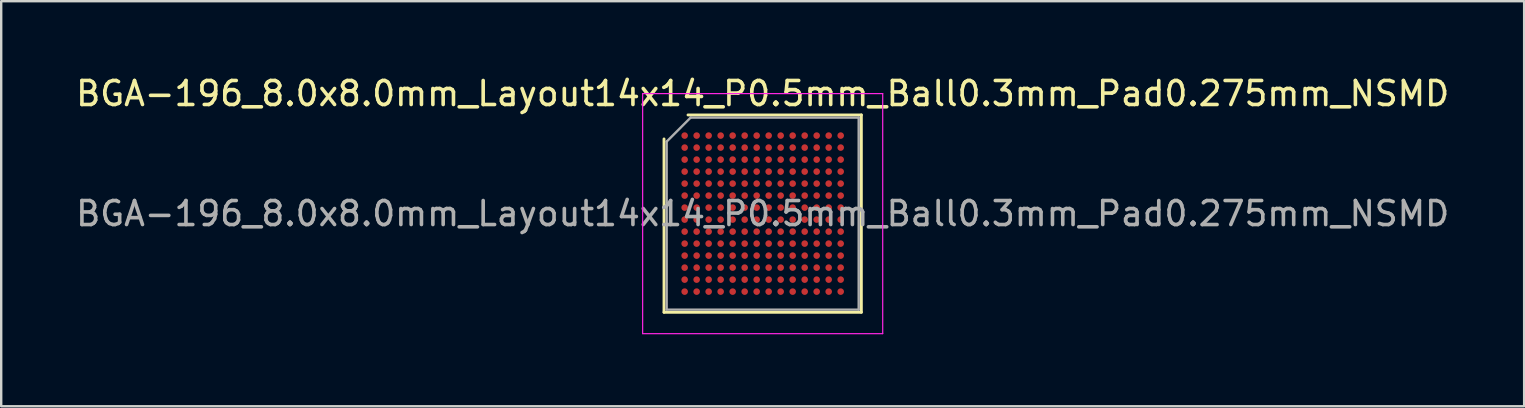
<source format=kicad_pcb>
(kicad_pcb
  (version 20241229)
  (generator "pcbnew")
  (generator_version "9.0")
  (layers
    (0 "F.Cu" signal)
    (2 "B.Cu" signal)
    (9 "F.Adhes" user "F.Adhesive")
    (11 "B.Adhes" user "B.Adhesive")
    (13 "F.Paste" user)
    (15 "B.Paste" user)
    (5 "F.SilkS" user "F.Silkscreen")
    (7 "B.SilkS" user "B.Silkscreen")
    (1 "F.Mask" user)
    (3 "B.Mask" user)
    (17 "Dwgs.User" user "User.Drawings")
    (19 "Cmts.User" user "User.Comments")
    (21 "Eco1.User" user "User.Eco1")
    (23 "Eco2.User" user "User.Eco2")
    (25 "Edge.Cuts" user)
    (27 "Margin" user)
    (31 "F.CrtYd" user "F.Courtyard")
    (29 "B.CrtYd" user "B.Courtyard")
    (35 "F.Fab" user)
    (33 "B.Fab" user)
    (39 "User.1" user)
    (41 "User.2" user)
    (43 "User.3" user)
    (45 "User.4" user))
  (footprint "BGA-196_8.0x8.0mm_Layout14x14_P0.5mm_Ball0.3mm_Pad0.275mm_NSMD"
    (layer "F.Cu")
    (at 28.72 5.848)
    (property "Reference" "BGA-196_8.0x8.0mm_Layout14x14_P0.5mm_Ball0.3mm_Pad0.275mm_NSMD" (at 0 -5 0) (layer "F.SilkS") (effects (font (size 1 1) (thickness 0.15))))
    (attr smd)
    (fp_line (start -4.11 4.11) (end -4.11 -3.11) (stroke (width 0.12) (type solid)) (layer "F.SilkS"))
    (fp_line (start -3.11 -4.11) (end 4.11 -4.11) (stroke (width 0.12) (type solid)) (layer "F.SilkS"))
    (fp_line (start 4.11 -4.11) (end 4.11 4.11) (stroke (width 0.12) (type solid)) (layer "F.SilkS"))
    (fp_line (start 4.11 4.11) (end -4.11 4.11) (stroke (width 0.12) (type solid)) (layer "F.SilkS"))
    (fp_line (start -5 -5) (end -5 5) (stroke (width 0.05) (type solid)) (layer "F.CrtYd"))
    (fp_line (start -5 5) (end 5 5) (stroke (width 0.05) (type solid)) (layer "F.CrtYd"))
    (fp_line (start 5 -5) (end -5 -5) (stroke (width 0.05) (type solid)) (layer "F.CrtYd"))
    (fp_line (start 5 5) (end 5 -5) (stroke (width 0.05) (type solid)) (layer "F.CrtYd"))
    (fp_line (start -4 -3) (end -3 -4) (stroke (width 0.1) (type solid)) (layer "F.Fab"))
    (fp_line (start -4 4) (end -4 -3) (stroke (width 0.1) (type solid)) (layer "F.Fab"))
    (fp_line (start -3 -4) (end 4 -4) (stroke (width 0.1) (type solid)) (layer "F.Fab"))
    (fp_line (start 4 -4) (end 4 4) (stroke (width 0.1) (type solid)) (layer "F.Fab"))
    (fp_line (start 4 4) (end -4 4) (stroke (width 0.1) (type solid)) (layer "F.Fab"))
    (fp_text user "${REFERENCE}" (at 0 0 0) (layer "F.Fab") (effects (font (size 1 1) (thickness 0.15))))
    (pad "A1" smd circle (at -3.25 -3.25) (size 0.275 0.275) (layers "F.Cu" "F.Mask" "F.Paste"))
    (pad "A2" smd circle (at -2.75 -3.25) (size 0.275 0.275) (layers "F.Cu" "F.Mask" "F.Paste"))
    (pad "A3" smd circle (at -2.25 -3.25) (size 0.275 0.275) (layers "F.Cu" "F.Mask" "F.Paste"))
    (pad "A4" smd circle (at -1.75 -3.25) (size 0.275 0.275) (layers "F.Cu" "F.Mask" "F.Paste"))
    (pad "A5" smd circle (at -1.25 -3.25) (size 0.275 0.275) (layers "F.Cu" "F.Mask" "F.Paste"))
    (pad "A6" smd circle (at -0.75 -3.25) (size 0.275 0.275) (layers "F.Cu" "F.Mask" "F.Paste"))
    (pad "A7" smd circle (at -0.25 -3.25) (size 0.275 0.275) (layers "F.Cu" "F.Mask" "F.Paste"))
    (pad "A8" smd circle (at 0.25 -3.25) (size 0.275 0.275) (layers "F.Cu" "F.Mask" "F.Paste"))
    (pad "A9" smd circle (at 0.75 -3.25) (size 0.275 0.275) (layers "F.Cu" "F.Mask" "F.Paste"))
    (pad "A10" smd circle (at 1.25 -3.25) (size 0.275 0.275) (layers "F.Cu" "F.Mask" "F.Paste"))
    (pad "A11" smd circle (at 1.75 -3.25) (size 0.275 0.275) (layers "F.Cu" "F.Mask" "F.Paste"))
    (pad "A12" smd circle (at 2.25 -3.25) (size 0.275 0.275) (layers "F.Cu" "F.Mask" "F.Paste"))
    (pad "A13" smd circle (at 2.75 -3.25) (size 0.275 0.275) (layers "F.Cu" "F.Mask" "F.Paste"))
    (pad "A14" smd circle (at 3.25 -3.25) (size 0.275 0.275) (layers "F.Cu" "F.Mask" "F.Paste"))
    (pad "B1" smd circle (at -3.25 -2.75) (size 0.275 0.275) (layers "F.Cu" "F.Mask" "F.Paste"))
    (pad "B2" smd circle (at -2.75 -2.75) (size 0.275 0.275) (layers "F.Cu" "F.Mask" "F.Paste"))
    (pad "B3" smd circle (at -2.25 -2.75) (size 0.275 0.275) (layers "F.Cu" "F.Mask" "F.Paste"))
    (pad "B4" smd circle (at -1.75 -2.75) (size 0.275 0.275) (layers "F.Cu" "F.Mask" "F.Paste"))
    (pad "B5" smd circle (at -1.25 -2.75) (size 0.275 0.275) (layers "F.Cu" "F.Mask" "F.Paste"))
    (pad "B6" smd circle (at -0.75 -2.75) (size 0.275 0.275) (layers "F.Cu" "F.Mask" "F.Paste"))
    (pad "B7" smd circle (at -0.25 -2.75) (size 0.275 0.275) (layers "F.Cu" "F.Mask" "F.Paste"))
    (pad "B8" smd circle (at 0.25 -2.75) (size 0.275 0.275) (layers "F.Cu" "F.Mask" "F.Paste"))
    (pad "B9" smd circle (at 0.75 -2.75) (size 0.275 0.275) (layers "F.Cu" "F.Mask" "F.Paste"))
    (pad "B10" smd circle (at 1.25 -2.75) (size 0.275 0.275) (layers "F.Cu" "F.Mask" "F.Paste"))
    (pad "B11" smd circle (at 1.75 -2.75) (size 0.275 0.275) (layers "F.Cu" "F.Mask" "F.Paste"))
    (pad "B12" smd circle (at 2.25 -2.75) (size 0.275 0.275) (layers "F.Cu" "F.Mask" "F.Paste"))
    (pad "B13" smd circle (at 2.75 -2.75) (size 0.275 0.275) (layers "F.Cu" "F.Mask" "F.Paste"))
    (pad "B14" smd circle (at 3.25 -2.75) (size 0.275 0.275) (layers "F.Cu" "F.Mask" "F.Paste"))
    (pad "C1" smd circle (at -3.25 -2.25) (size 0.275 0.275) (layers "F.Cu" "F.Mask" "F.Paste"))
    (pad "C2" smd circle (at -2.75 -2.25) (size 0.275 0.275) (layers "F.Cu" "F.Mask" "F.Paste"))
    (pad "C3" smd circle (at -2.25 -2.25) (size 0.275 0.275) (layers "F.Cu" "F.Mask" "F.Paste"))
    (pad "C4" smd circle (at -1.75 -2.25) (size 0.275 0.275) (layers "F.Cu" "F.Mask" "F.Paste"))
    (pad "C5" smd circle (at -1.25 -2.25) (size 0.275 0.275) (layers "F.Cu" "F.Mask" "F.Paste"))
    (pad "C6" smd circle (at -0.75 -2.25) (size 0.275 0.275) (layers "F.Cu" "F.Mask" "F.Paste"))
    (pad "C7" smd circle (at -0.25 -2.25) (size 0.275 0.275) (layers "F.Cu" "F.Mask" "F.Paste"))
    (pad "C8" smd circle (at 0.25 -2.25) (size 0.275 0.275) (layers "F.Cu" "F.Mask" "F.Paste"))
    (pad "C9" smd circle (at 0.75 -2.25) (size 0.275 0.275) (layers "F.Cu" "F.Mask" "F.Paste"))
    (pad "C10" smd circle (at 1.25 -2.25) (size 0.275 0.275) (layers "F.Cu" "F.Mask" "F.Paste"))
    (pad "C11" smd circle (at 1.75 -2.25) (size 0.275 0.275) (layers "F.Cu" "F.Mask" "F.Paste"))
    (pad "C12" smd circle (at 2.25 -2.25) (size 0.275 0.275) (layers "F.Cu" "F.Mask" "F.Paste"))
    (pad "C13" smd circle (at 2.75 -2.25) (size 0.275 0.275) (layers "F.Cu" "F.Mask" "F.Paste"))
    (pad "C14" smd circle (at 3.25 -2.25) (size 0.275 0.275) (layers "F.Cu" "F.Mask" "F.Paste"))
    (pad "D1" smd circle (at -3.25 -1.75) (size 0.275 0.275) (layers "F.Cu" "F.Mask" "F.Paste"))
    (pad "D2" smd circle (at -2.75 -1.75) (size 0.275 0.275) (layers "F.Cu" "F.Mask" "F.Paste"))
    (pad "D3" smd circle (at -2.25 -1.75) (size 0.275 0.275) (layers "F.Cu" "F.Mask" "F.Paste"))
    (pad "D4" smd circle (at -1.75 -1.75) (size 0.275 0.275) (layers "F.Cu" "F.Mask" "F.Paste"))
    (pad "D5" smd circle (at -1.25 -1.75) (size 0.275 0.275) (layers "F.Cu" "F.Mask" "F.Paste"))
    (pad "D6" smd circle (at -0.75 -1.75) (size 0.275 0.275) (layers "F.Cu" "F.Mask" "F.Paste"))
    (pad "D7" smd circle (at -0.25 -1.75) (size 0.275 0.275) (layers "F.Cu" "F.Mask" "F.Paste"))
    (pad "D8" smd circle (at 0.25 -1.75) (size 0.275 0.275) (layers "F.Cu" "F.Mask" "F.Paste"))
    (pad "D9" smd circle (at 0.75 -1.75) (size 0.275 0.275) (layers "F.Cu" "F.Mask" "F.Paste"))
    (pad "D10" smd circle (at 1.25 -1.75) (size 0.275 0.275) (layers "F.Cu" "F.Mask" "F.Paste"))
    (pad "D11" smd circle (at 1.75 -1.75) (size 0.275 0.275) (layers "F.Cu" "F.Mask" "F.Paste"))
    (pad "D12" smd circle (at 2.25 -1.75) (size 0.275 0.275) (layers "F.Cu" "F.Mask" "F.Paste"))
    (pad "D13" smd circle (at 2.75 -1.75) (size 0.275 0.275) (layers "F.Cu" "F.Mask" "F.Paste"))
    (pad "D14" smd circle (at 3.25 -1.75) (size 0.275 0.275) (layers "F.Cu" "F.Mask" "F.Paste"))
    (pad "E1" smd circle (at -3.25 -1.25) (size 0.275 0.275) (layers "F.Cu" "F.Mask" "F.Paste"))
    (pad "E2" smd circle (at -2.75 -1.25) (size 0.275 0.275) (layers "F.Cu" "F.Mask" "F.Paste"))
    (pad "E3" smd circle (at -2.25 -1.25) (size 0.275 0.275) (layers "F.Cu" "F.Mask" "F.Paste"))
    (pad "E4" smd circle (at -1.75 -1.25) (size 0.275 0.275) (layers "F.Cu" "F.Mask" "F.Paste"))
    (pad "E5" smd circle (at -1.25 -1.25) (size 0.275 0.275) (layers "F.Cu" "F.Mask" "F.Paste"))
    (pad "E6" smd circle (at -0.75 -1.25) (size 0.275 0.275) (layers "F.Cu" "F.Mask" "F.Paste"))
    (pad "E7" smd circle (at -0.25 -1.25) (size 0.275 0.275) (layers "F.Cu" "F.Mask" "F.Paste"))
    (pad "E8" smd circle (at 0.25 -1.25) (size 0.275 0.275) (layers "F.Cu" "F.Mask" "F.Paste"))
    (pad "E9" smd circle (at 0.75 -1.25) (size 0.275 0.275) (layers "F.Cu" "F.Mask" "F.Paste"))
    (pad "E10" smd circle (at 1.25 -1.25) (size 0.275 0.275) (layers "F.Cu" "F.Mask" "F.Paste"))
    (pad "E11" smd circle (at 1.75 -1.25) (size 0.275 0.275) (layers "F.Cu" "F.Mask" "F.Paste"))
    (pad "E12" smd circle (at 2.25 -1.25) (size 0.275 0.275) (layers "F.Cu" "F.Mask" "F.Paste"))
    (pad "E13" smd circle (at 2.75 -1.25) (size 0.275 0.275) (layers "F.Cu" "F.Mask" "F.Paste"))
    (pad "E14" smd circle (at 3.25 -1.25) (size 0.275 0.275) (layers "F.Cu" "F.Mask" "F.Paste"))
    (pad "F1" smd circle (at -3.25 -0.75) (size 0.275 0.275) (layers "F.Cu" "F.Mask" "F.Paste"))
    (pad "F2" smd circle (at -2.75 -0.75) (size 0.275 0.275) (layers "F.Cu" "F.Mask" "F.Paste"))
    (pad "F3" smd circle (at -2.25 -0.75) (size 0.275 0.275) (layers "F.Cu" "F.Mask" "F.Paste"))
    (pad "F4" smd circle (at -1.75 -0.75) (size 0.275 0.275) (layers "F.Cu" "F.Mask" "F.Paste"))
    (pad "F5" smd circle (at -1.25 -0.75) (size 0.275 0.275) (layers "F.Cu" "F.Mask" "F.Paste"))
    (pad "F6" smd circle (at -0.75 -0.75) (size 0.275 0.275) (layers "F.Cu" "F.Mask" "F.Paste"))
    (pad "F7" smd circle (at -0.25 -0.75) (size 0.275 0.275) (layers "F.Cu" "F.Mask" "F.Paste"))
    (pad "F8" smd circle (at 0.25 -0.75) (size 0.275 0.275) (layers "F.Cu" "F.Mask" "F.Paste"))
    (pad "F9" smd circle (at 0.75 -0.75) (size 0.275 0.275) (layers "F.Cu" "F.Mask" "F.Paste"))
    (pad "F10" smd circle (at 1.25 -0.75) (size 0.275 0.275) (layers "F.Cu" "F.Mask" "F.Paste"))
    (pad "F11" smd circle (at 1.75 -0.75) (size 0.275 0.275) (layers "F.Cu" "F.Mask" "F.Paste"))
    (pad "F12" smd circle (at 2.25 -0.75) (size 0.275 0.275) (layers "F.Cu" "F.Mask" "F.Paste"))
    (pad "F13" smd circle (at 2.75 -0.75) (size 0.275 0.275) (layers "F.Cu" "F.Mask" "F.Paste"))
    (pad "F14" smd circle (at 3.25 -0.75) (size 0.275 0.275) (layers "F.Cu" "F.Mask" "F.Paste"))
    (pad "G1" smd circle (at -3.25 -0.25) (size 0.275 0.275) (layers "F.Cu" "F.Mask" "F.Paste"))
    (pad "G2" smd circle (at -2.75 -0.25) (size 0.275 0.275) (layers "F.Cu" "F.Mask" "F.Paste"))
    (pad "G3" smd circle (at -2.25 -0.25) (size 0.275 0.275) (layers "F.Cu" "F.Mask" "F.Paste"))
    (pad "G4" smd circle (at -1.75 -0.25) (size 0.275 0.275) (layers "F.Cu" "F.Mask" "F.Paste"))
    (pad "G5" smd circle (at -1.25 -0.25) (size 0.275 0.275) (layers "F.Cu" "F.Mask" "F.Paste"))
    (pad "G6" smd circle (at -0.75 -0.25) (size 0.275 0.275) (layers "F.Cu" "F.Mask" "F.Paste"))
    (pad "G7" smd circle (at -0.25 -0.25) (size 0.275 0.275) (layers "F.Cu" "F.Mask" "F.Paste"))
    (pad "G8" smd circle (at 0.25 -0.25) (size 0.275 0.275) (layers "F.Cu" "F.Mask" "F.Paste"))
    (pad "G9" smd circle (at 0.75 -0.25) (size 0.275 0.275) (layers "F.Cu" "F.Mask" "F.Paste"))
    (pad "G10" smd circle (at 1.25 -0.25) (size 0.275 0.275) (layers "F.Cu" "F.Mask" "F.Paste"))
    (pad "G11" smd circle (at 1.75 -0.25) (size 0.275 0.275) (layers "F.Cu" "F.Mask" "F.Paste"))
    (pad "G12" smd circle (at 2.25 -0.25) (size 0.275 0.275) (layers "F.Cu" "F.Mask" "F.Paste"))
    (pad "G13" smd circle (at 2.75 -0.25) (size 0.275 0.275) (layers "F.Cu" "F.Mask" "F.Paste"))
    (pad "G14" smd circle (at 3.25 -0.25) (size 0.275 0.275) (layers "F.Cu" "F.Mask" "F.Paste"))
    (pad "H1" smd circle (at -3.25 0.25) (size 0.275 0.275) (layers "F.Cu" "F.Mask" "F.Paste"))
    (pad "H2" smd circle (at -2.75 0.25) (size 0.275 0.275) (layers "F.Cu" "F.Mask" "F.Paste"))
    (pad "H3" smd circle (at -2.25 0.25) (size 0.275 0.275) (layers "F.Cu" "F.Mask" "F.Paste"))
    (pad "H4" smd circle (at -1.75 0.25) (size 0.275 0.275) (layers "F.Cu" "F.Mask" "F.Paste"))
    (pad "H5" smd circle (at -1.25 0.25) (size 0.275 0.275) (layers "F.Cu" "F.Mask" "F.Paste"))
    (pad "H6" smd circle (at -0.75 0.25) (size 0.275 0.275) (layers "F.Cu" "F.Mask" "F.Paste"))
    (pad "H7" smd circle (at -0.25 0.25) (size 0.275 0.275) (layers "F.Cu" "F.Mask" "F.Paste"))
    (pad "H8" smd circle (at 0.25 0.25) (size 0.275 0.275) (layers "F.Cu" "F.Mask" "F.Paste"))
    (pad "H9" smd circle (at 0.75 0.25) (size 0.275 0.275) (layers "F.Cu" "F.Mask" "F.Paste"))
    (pad "H10" smd circle (at 1.25 0.25) (size 0.275 0.275) (layers "F.Cu" "F.Mask" "F.Paste"))
    (pad "H11" smd circle (at 1.75 0.25) (size 0.275 0.275) (layers "F.Cu" "F.Mask" "F.Paste"))
    (pad "H12" smd circle (at 2.25 0.25) (size 0.275 0.275) (layers "F.Cu" "F.Mask" "F.Paste"))
    (pad "H13" smd circle (at 2.75 0.25) (size 0.275 0.275) (layers "F.Cu" "F.Mask" "F.Paste"))
    (pad "H14" smd circle (at 3.25 0.25) (size 0.275 0.275) (layers "F.Cu" "F.Mask" "F.Paste"))
    (pad "J1" smd circle (at -3.25 0.75) (size 0.275 0.275) (layers "F.Cu" "F.Mask" "F.Paste"))
    (pad "J2" smd circle (at -2.75 0.75) (size 0.275 0.275) (layers "F.Cu" "F.Mask" "F.Paste"))
    (pad "J3" smd circle (at -2.25 0.75) (size 0.275 0.275) (layers "F.Cu" "F.Mask" "F.Paste"))
    (pad "J4" smd circle (at -1.75 0.75) (size 0.275 0.275) (layers "F.Cu" "F.Mask" "F.Paste"))
    (pad "J5" smd circle (at -1.25 0.75) (size 0.275 0.275) (layers "F.Cu" "F.Mask" "F.Paste"))
    (pad "J6" smd circle (at -0.75 0.75) (size 0.275 0.275) (layers "F.Cu" "F.Mask" "F.Paste"))
    (pad "J7" smd circle (at -0.25 0.75) (size 0.275 0.275) (layers "F.Cu" "F.Mask" "F.Paste"))
    (pad "J8" smd circle (at 0.25 0.75) (size 0.275 0.275) (layers "F.Cu" "F.Mask" "F.Paste"))
    (pad "J9" smd circle (at 0.75 0.75) (size 0.275 0.275) (layers "F.Cu" "F.Mask" "F.Paste"))
    (pad "J10" smd circle (at 1.25 0.75) (size 0.275 0.275) (layers "F.Cu" "F.Mask" "F.Paste"))
    (pad "J11" smd circle (at 1.75 0.75) (size 0.275 0.275) (layers "F.Cu" "F.Mask" "F.Paste"))
    (pad "J12" smd circle (at 2.25 0.75) (size 0.275 0.275) (layers "F.Cu" "F.Mask" "F.Paste"))
    (pad "J13" smd circle (at 2.75 0.75) (size 0.275 0.275) (layers "F.Cu" "F.Mask" "F.Paste"))
    (pad "J14" smd circle (at 3.25 0.75) (size 0.275 0.275) (layers "F.Cu" "F.Mask" "F.Paste"))
    (pad "K1" smd circle (at -3.25 1.25) (size 0.275 0.275) (layers "F.Cu" "F.Mask" "F.Paste"))
    (pad "K2" smd circle (at -2.75 1.25) (size 0.275 0.275) (layers "F.Cu" "F.Mask" "F.Paste"))
    (pad "K3" smd circle (at -2.25 1.25) (size 0.275 0.275) (layers "F.Cu" "F.Mask" "F.Paste"))
    (pad "K4" smd circle (at -1.75 1.25) (size 0.275 0.275) (layers "F.Cu" "F.Mask" "F.Paste"))
    (pad "K5" smd circle (at -1.25 1.25) (size 0.275 0.275) (layers "F.Cu" "F.Mask" "F.Paste"))
    (pad "K6" smd circle (at -0.75 1.25) (size 0.275 0.275) (layers "F.Cu" "F.Mask" "F.Paste"))
    (pad "K7" smd circle (at -0.25 1.25) (size 0.275 0.275) (layers "F.Cu" "F.Mask" "F.Paste"))
    (pad "K8" smd circle (at 0.25 1.25) (size 0.275 0.275) (layers "F.Cu" "F.Mask" "F.Paste"))
    (pad "K9" smd circle (at 0.75 1.25) (size 0.275 0.275) (layers "F.Cu" "F.Mask" "F.Paste"))
    (pad "K10" smd circle (at 1.25 1.25) (size 0.275 0.275) (layers "F.Cu" "F.Mask" "F.Paste"))
    (pad "K11" smd circle (at 1.75 1.25) (size 0.275 0.275) (layers "F.Cu" "F.Mask" "F.Paste"))
    (pad "K12" smd circle (at 2.25 1.25) (size 0.275 0.275) (layers "F.Cu" "F.Mask" "F.Paste"))
    (pad "K13" smd circle (at 2.75 1.25) (size 0.275 0.275) (layers "F.Cu" "F.Mask" "F.Paste"))
    (pad "K14" smd circle (at 3.25 1.25) (size 0.275 0.275) (layers "F.Cu" "F.Mask" "F.Paste"))
    (pad "L1" smd circle (at -3.25 1.75) (size 0.275 0.275) (layers "F.Cu" "F.Mask" "F.Paste"))
    (pad "L2" smd circle (at -2.75 1.75) (size 0.275 0.275) (layers "F.Cu" "F.Mask" "F.Paste"))
    (pad "L3" smd circle (at -2.25 1.75) (size 0.275 0.275) (layers "F.Cu" "F.Mask" "F.Paste"))
    (pad "L4" smd circle (at -1.75 1.75) (size 0.275 0.275) (layers "F.Cu" "F.Mask" "F.Paste"))
    (pad "L5" smd circle (at -1.25 1.75) (size 0.275 0.275) (layers "F.Cu" "F.Mask" "F.Paste"))
    (pad "L6" smd circle (at -0.75 1.75) (size 0.275 0.275) (layers "F.Cu" "F.Mask" "F.Paste"))
    (pad "L7" smd circle (at -0.25 1.75) (size 0.275 0.275) (layers "F.Cu" "F.Mask" "F.Paste"))
    (pad "L8" smd circle (at 0.25 1.75) (size 0.275 0.275) (layers "F.Cu" "F.Mask" "F.Paste"))
    (pad "L9" smd circle (at 0.75 1.75) (size 0.275 0.275) (layers "F.Cu" "F.Mask" "F.Paste"))
    (pad "L10" smd circle (at 1.25 1.75) (size 0.275 0.275) (layers "F.Cu" "F.Mask" "F.Paste"))
    (pad "L11" smd circle (at 1.75 1.75) (size 0.275 0.275) (layers "F.Cu" "F.Mask" "F.Paste"))
    (pad "L12" smd circle (at 2.25 1.75) (size 0.275 0.275) (layers "F.Cu" "F.Mask" "F.Paste"))
    (pad "L13" smd circle (at 2.75 1.75) (size 0.275 0.275) (layers "F.Cu" "F.Mask" "F.Paste"))
    (pad "L14" smd circle (at 3.25 1.75) (size 0.275 0.275) (layers "F.Cu" "F.Mask" "F.Paste"))
    (pad "M1" smd circle (at -3.25 2.25) (size 0.275 0.275) (layers "F.Cu" "F.Mask" "F.Paste"))
    (pad "M2" smd circle (at -2.75 2.25) (size 0.275 0.275) (layers "F.Cu" "F.Mask" "F.Paste"))
    (pad "M3" smd circle (at -2.25 2.25) (size 0.275 0.275) (layers "F.Cu" "F.Mask" "F.Paste"))
    (pad "M4" smd circle (at -1.75 2.25) (size 0.275 0.275) (layers "F.Cu" "F.Mask" "F.Paste"))
    (pad "M5" smd circle (at -1.25 2.25) (size 0.275 0.275) (layers "F.Cu" "F.Mask" "F.Paste"))
    (pad "M6" smd circle (at -0.75 2.25) (size 0.275 0.275) (layers "F.Cu" "F.Mask" "F.Paste"))
    (pad "M7" smd circle (at -0.25 2.25) (size 0.275 0.275) (layers "F.Cu" "F.Mask" "F.Paste"))
    (pad "M8" smd circle (at 0.25 2.25) (size 0.275 0.275) (layers "F.Cu" "F.Mask" "F.Paste"))
    (pad "M9" smd circle (at 0.75 2.25) (size 0.275 0.275) (layers "F.Cu" "F.Mask" "F.Paste"))
    (pad "M10" smd circle (at 1.25 2.25) (size 0.275 0.275) (layers "F.Cu" "F.Mask" "F.Paste"))
    (pad "M11" smd circle (at 1.75 2.25) (size 0.275 0.275) (layers "F.Cu" "F.Mask" "F.Paste"))
    (pad "M12" smd circle (at 2.25 2.25) (size 0.275 0.275) (layers "F.Cu" "F.Mask" "F.Paste"))
    (pad "M13" smd circle (at 2.75 2.25) (size 0.275 0.275) (layers "F.Cu" "F.Mask" "F.Paste"))
    (pad "M14" smd circle (at 3.25 2.25) (size 0.275 0.275) (layers "F.Cu" "F.Mask" "F.Paste"))
    (pad "N1" smd circle (at -3.25 2.75) (size 0.275 0.275) (layers "F.Cu" "F.Mask" "F.Paste"))
    (pad "N2" smd circle (at -2.75 2.75) (size 0.275 0.275) (layers "F.Cu" "F.Mask" "F.Paste"))
    (pad "N3" smd circle (at -2.25 2.75) (size 0.275 0.275) (layers "F.Cu" "F.Mask" "F.Paste"))
    (pad "N4" smd circle (at -1.75 2.75) (size 0.275 0.275) (layers "F.Cu" "F.Mask" "F.Paste"))
    (pad "N5" smd circle (at -1.25 2.75) (size 0.275 0.275) (layers "F.Cu" "F.Mask" "F.Paste"))
    (pad "N6" smd circle (at -0.75 2.75) (size 0.275 0.275) (layers "F.Cu" "F.Mask" "F.Paste"))
    (pad "N7" smd circle (at -0.25 2.75) (size 0.275 0.275) (layers "F.Cu" "F.Mask" "F.Paste"))
    (pad "N8" smd circle (at 0.25 2.75) (size 0.275 0.275) (layers "F.Cu" "F.Mask" "F.Paste"))
    (pad "N9" smd circle (at 0.75 2.75) (size 0.275 0.275) (layers "F.Cu" "F.Mask" "F.Paste"))
    (pad "N10" smd circle (at 1.25 2.75) (size 0.275 0.275) (layers "F.Cu" "F.Mask" "F.Paste"))
    (pad "N11" smd circle (at 1.75 2.75) (size 0.275 0.275) (layers "F.Cu" "F.Mask" "F.Paste"))
    (pad "N12" smd circle (at 2.25 2.75) (size 0.275 0.275) (layers "F.Cu" "F.Mask" "F.Paste"))
    (pad "N13" smd circle (at 2.75 2.75) (size 0.275 0.275) (layers "F.Cu" "F.Mask" "F.Paste"))
    (pad "N14" smd circle (at 3.25 2.75) (size 0.275 0.275) (layers "F.Cu" "F.Mask" "F.Paste"))
    (pad "P1" smd circle (at -3.25 3.25) (size 0.275 0.275) (layers "F.Cu" "F.Mask" "F.Paste"))
    (pad "P2" smd circle (at -2.75 3.25) (size 0.275 0.275) (layers "F.Cu" "F.Mask" "F.Paste"))
    (pad "P3" smd circle (at -2.25 3.25) (size 0.275 0.275) (layers "F.Cu" "F.Mask" "F.Paste"))
    (pad "P4" smd circle (at -1.75 3.25) (size 0.275 0.275) (layers "F.Cu" "F.Mask" "F.Paste"))
    (pad "P5" smd circle (at -1.25 3.25) (size 0.275 0.275) (layers "F.Cu" "F.Mask" "F.Paste"))
    (pad "P6" smd circle (at -0.75 3.25) (size 0.275 0.275) (layers "F.Cu" "F.Mask" "F.Paste"))
    (pad "P7" smd circle (at -0.25 3.25) (size 0.275 0.275) (layers "F.Cu" "F.Mask" "F.Paste"))
    (pad "P8" smd circle (at 0.25 3.25) (size 0.275 0.275) (layers "F.Cu" "F.Mask" "F.Paste"))
    (pad "P9" smd circle (at 0.75 3.25) (size 0.275 0.275) (layers "F.Cu" "F.Mask" "F.Paste"))
    (pad "P10" smd circle (at 1.25 3.25) (size 0.275 0.275) (layers "F.Cu" "F.Mask" "F.Paste"))
    (pad "P11" smd circle (at 1.75 3.25) (size 0.275 0.275) (layers "F.Cu" "F.Mask" "F.Paste"))
    (pad "P12" smd circle (at 2.25 3.25) (size 0.275 0.275) (layers "F.Cu" "F.Mask" "F.Paste"))
    (pad "P13" smd circle (at 2.75 3.25) (size 0.275 0.275) (layers "F.Cu" "F.Mask" "F.Paste"))
    (pad "P14" smd circle (at 3.25 3.25) (size 0.275 0.275) (layers "F.Cu" "F.Mask" "F.Paste")))
  (gr_rect
    (start -3 -3)
    (end 60.44 13.873)
    (stroke (width 0.1) (type default))
    (fill no)
    (layer "Edge.Cuts")))
</source>
